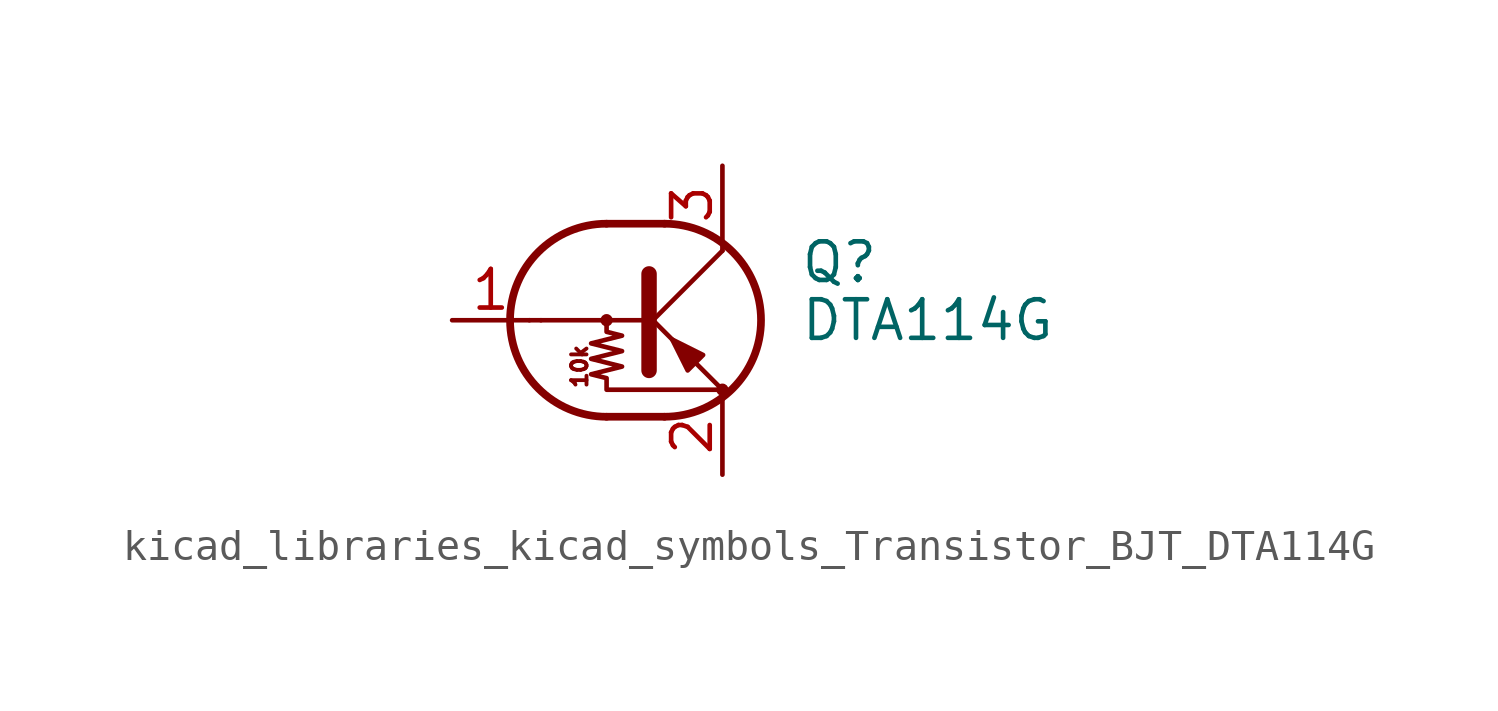
<source format=kicad_sym>
(kicad_symbol_lib
  (version 20220914)
  (generator kicad_symbol_editor)
  (symbol "kicad_libraries_kicad_symbols_Transistor_BJT_DTA114G"
    (pin_names
      (offset 0) hide)
    (property "Reference" "Q"
      (at 5.08 1.905 0)
      (effects (font (size 1.27 1.27)) (justify left)))
    (property "Value" "DTA114G"
      (at 5.08 0 0)
      (effects (font (size 1.27 1.27)) (justify left)))
    (symbol "kicad_libraries_kicad_symbols_Transistor_BJT_DTA114G_0_0"
      (polyline (pts (xy -3.429 0) (xy 0 0)) (stroke (width 0) (type default)) (fill (type none)))
      (text "10k" (at -2.159 -1.524 900) (effects (font (size 0.508 0.508)))))
    (symbol "kicad_libraries_kicad_symbols_Transistor_BJT_DTA114G_0_1"
      (circle (center -1.27 0) (radius 0.127) (stroke (width 0) (type default)) (fill (type none)))
      (arc (start -1.27 3.175) (mid -4.4312 0) (end -1.27 -3.175) (stroke (width 0.254) (type default)) (fill (type none)))
      (polyline (pts (xy -3.429 0) (xy -3.81 0)) (stroke (width 0) (type default)) (fill (type none)))
      (polyline (pts (xy -1.27 -3.175) (xy 0.635 -3.175)) (stroke (width 0.254) (type default)) (fill (type none)))
      (polyline (pts (xy -1.27 3.175) (xy 0.635 3.175)) (stroke (width 0.254) (type default)) (fill (type none)))
      (polyline (pts (xy 0 -0.254) (xy 2.54 2.286)) (stroke (width 0) (type default)) (fill (type none)))
      (polyline (pts (xy 0.127 1.524) (xy 0.127 -1.651)) (stroke (width 0.508) (type default)) (fill (type outline)))
      (polyline (pts (xy 2.54 2.286) (xy 2.54 2.54)) (stroke (width 0) (type default)) (fill (type none)))
      (polyline (pts (xy 2.54 -2.286) (xy 0 0.254) (xy 0 0.254)) (stroke (width 0) (type default)) (fill (type none)))
      (polyline (pts (xy 1.397 -1.651) (xy 1.905 -1.143) (xy 0.889 -0.635) (xy 1.397 -1.651)) (stroke (width 0) (type default)) (fill (type outline)))
      (polyline (pts (xy -1.27 0) (xy -1.27 -0.381) (xy -0.762 -0.508) (xy -1.778 -0.762) (xy -0.762 -1.016) (xy -1.778 -1.27) (xy -0.762 -1.524) (xy -1.778 -1.778) (xy -1.27 -1.905) (xy -1.27 -2.286) (xy 2.54 -2.286)) (stroke (width 0) (type default)) (fill (type none)))
      (arc (start 0.635 -3.175) (mid 3.7962 0) (end 0.635 3.175) (stroke (width 0.254) (type default)) (fill (type none)))
      (circle (center 2.54 -2.286) (radius 0.127) (stroke (width 0) (type default)) (fill (type none))))
    (symbol "kicad_libraries_kicad_symbols_Transistor_BJT_DTA114G_1_1"
      (pin input line (at -6.35 0 0) (length 2.54) (name "B" (effects (font (size 1.27 1.27)))) (number "1" (effects (font (size 1.27 1.27)))))
      (pin passive line (at 2.54 -5.08 90) (length 2.54) (name "E" (effects (font (size 1.27 1.27)))) (number "2" (effects (font (size 1.27 1.27)))))
      (pin passive line (at 2.54 5.08 270) (length 2.54) (name "C" (effects (font (size 1.27 1.27)))) (number "3" (effects (font (size 1.27 1.27))))))))
</source>
